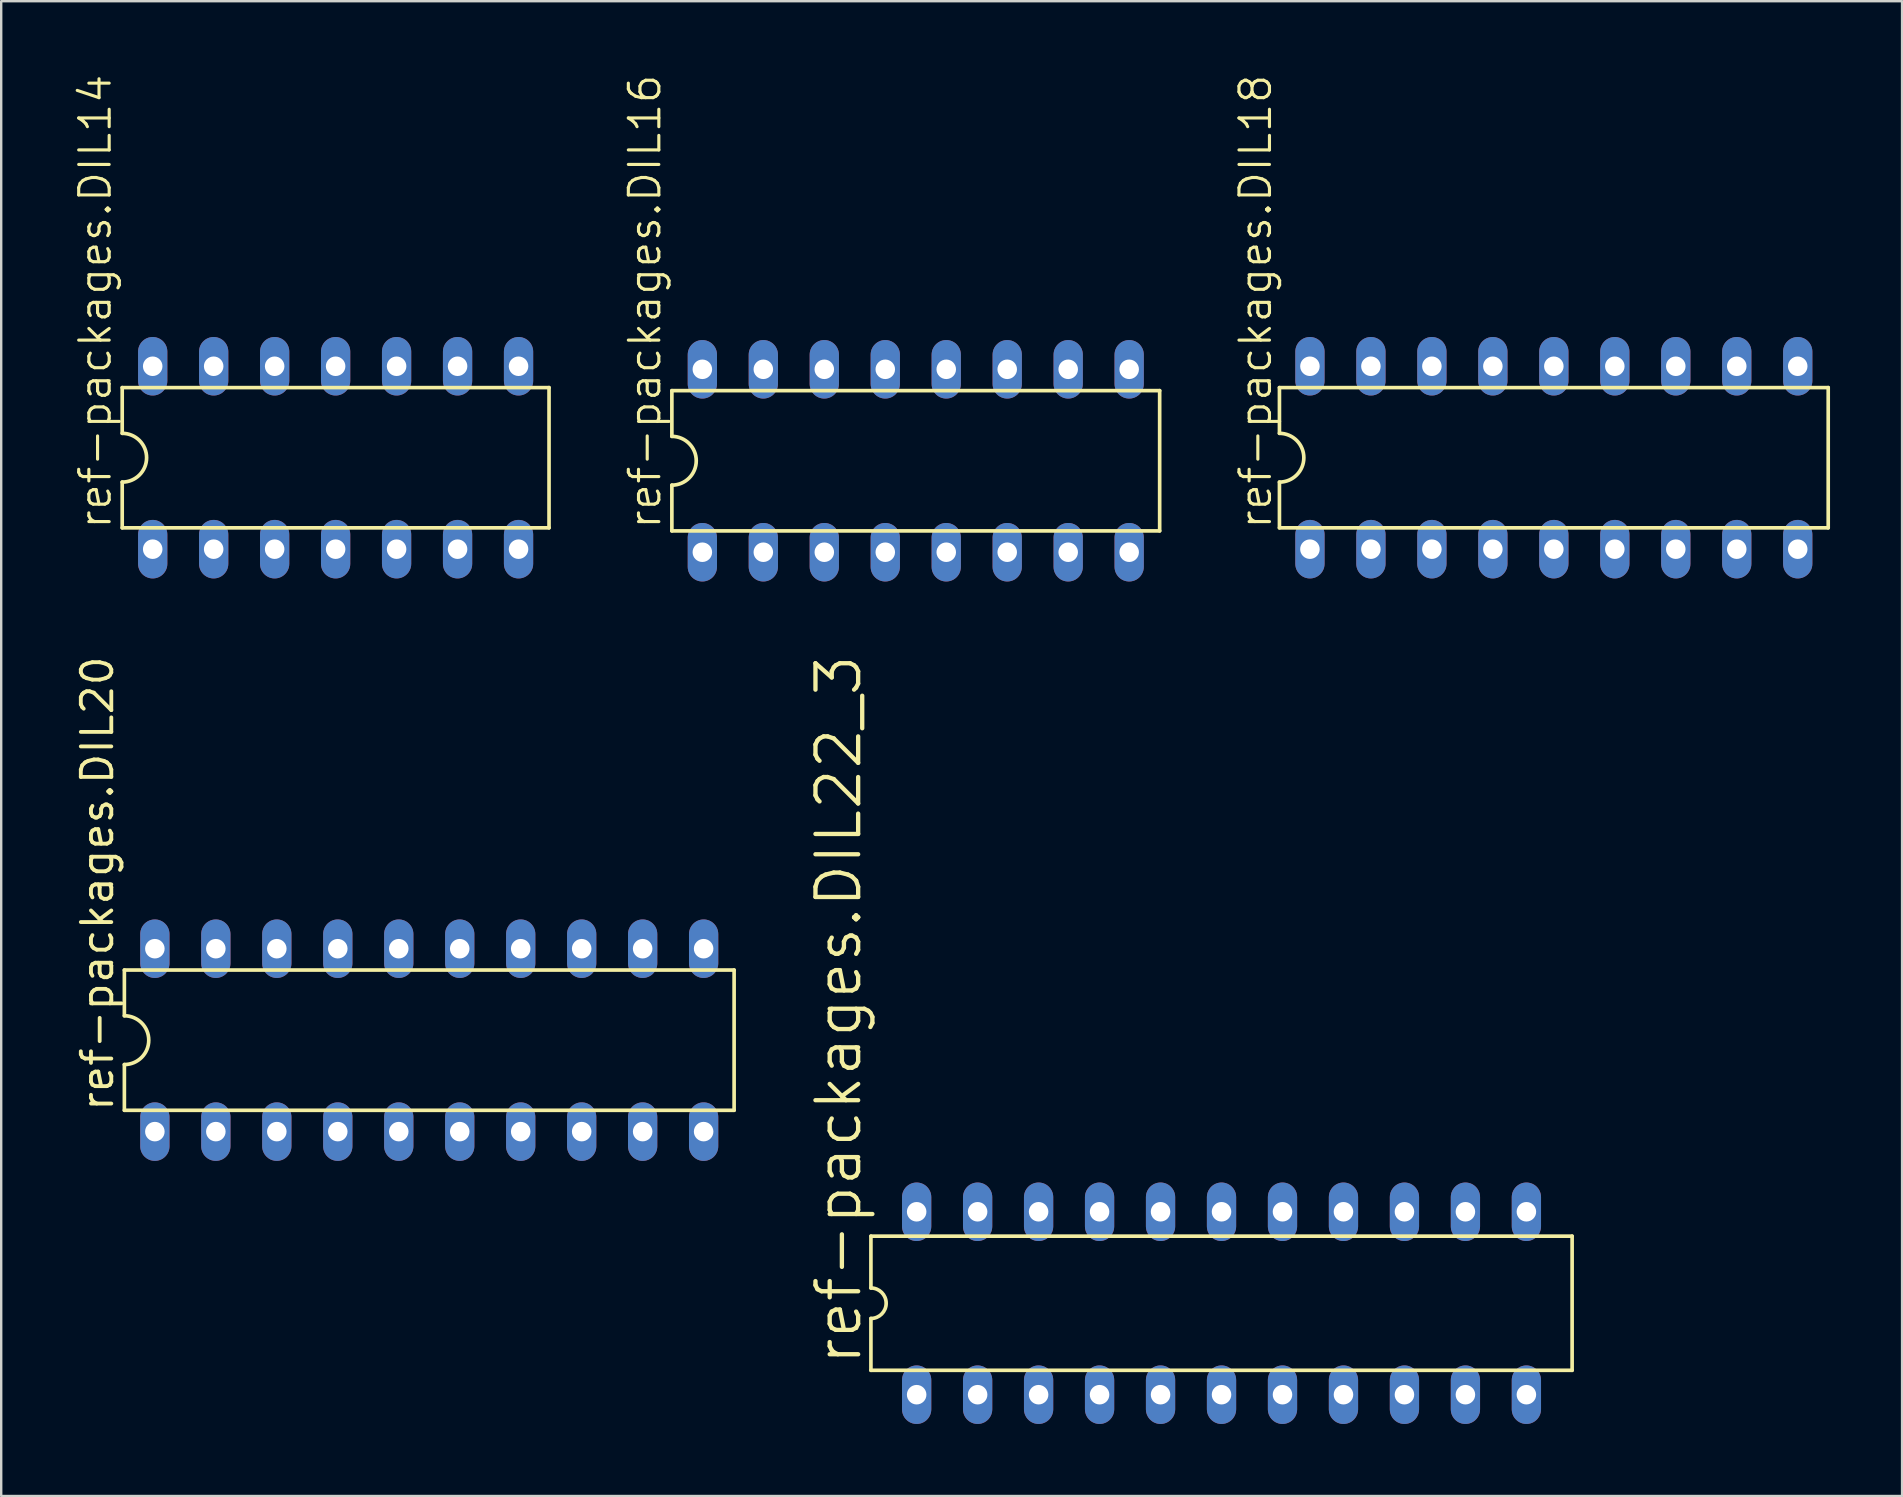
<source format=kicad_pcb>
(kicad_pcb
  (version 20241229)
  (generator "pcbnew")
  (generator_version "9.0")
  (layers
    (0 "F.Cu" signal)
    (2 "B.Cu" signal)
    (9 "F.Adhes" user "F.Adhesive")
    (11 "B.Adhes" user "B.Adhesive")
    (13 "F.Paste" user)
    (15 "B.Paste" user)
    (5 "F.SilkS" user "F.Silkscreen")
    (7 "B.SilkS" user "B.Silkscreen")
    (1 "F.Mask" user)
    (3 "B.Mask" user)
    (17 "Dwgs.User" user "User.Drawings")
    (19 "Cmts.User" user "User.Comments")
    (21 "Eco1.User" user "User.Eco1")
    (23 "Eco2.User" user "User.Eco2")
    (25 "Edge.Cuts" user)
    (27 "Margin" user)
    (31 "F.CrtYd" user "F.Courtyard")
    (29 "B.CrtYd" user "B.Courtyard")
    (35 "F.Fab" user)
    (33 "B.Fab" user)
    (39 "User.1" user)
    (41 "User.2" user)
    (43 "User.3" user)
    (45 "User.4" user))
  (footprint "ref-packages.DIL16"
    (layer "F.Cu")
    (at 35.098 16.144)
    (property "Reference" "ref-packages.DIL16" (at -10.541 2.921 90) (layer "F.SilkS") (effects (font (size 1.27 1.27) (thickness 0.13)) (justify left bottom)))
    (attr through_hole)
    (fp_line (start -10.16 -2.921) (end -10.16 -1.016) (stroke (width 0.152) (type default)) (layer "F.SilkS"))
    (fp_line (start -10.16 2.921) (end -10.16 1.016) (stroke (width 0.152) (type default)) (layer "F.SilkS"))
    (fp_line (start -10.16 2.921) (end 10.16 2.921) (stroke (width 0.152) (type default)) (layer "F.SilkS"))
    (fp_line (start 10.16 -2.921) (end -10.16 -2.921) (stroke (width 0.152) (type default)) (layer "F.SilkS"))
    (fp_line (start 10.16 -2.921) (end 10.16 2.921) (stroke (width 0.152) (type default)) (layer "F.SilkS"))
    (fp_arc (start -10.16 -1.016) (mid -9.144 0) (end -10.16 1.016) (stroke (width 0.1524) (type default)) (layer "F.SilkS"))
    (pad "1" thru_hole oval (at -8.89 3.81 90) (size 2.438 1.219) (drill 0.813) (layers "*.Cu" "*.Mask"))
    (pad "2" thru_hole oval (at -6.35 3.81 90) (size 2.438 1.219) (drill 0.813) (layers "*.Cu" "*.Mask"))
    (pad "3" thru_hole oval (at -3.81 3.81 90) (size 2.438 1.219) (drill 0.813) (layers "*.Cu" "*.Mask"))
    (pad "4" thru_hole oval (at -1.27 3.81 90) (size 2.438 1.219) (drill 0.813) (layers "*.Cu" "*.Mask"))
    (pad "5" thru_hole oval (at 1.27 3.81 90) (size 2.438 1.219) (drill 0.813) (layers "*.Cu" "*.Mask"))
    (pad "6" thru_hole oval (at 3.81 3.81 90) (size 2.438 1.219) (drill 0.813) (layers "*.Cu" "*.Mask"))
    (pad "7" thru_hole oval (at 6.35 3.81 90) (size 2.438 1.219) (drill 0.813) (layers "*.Cu" "*.Mask"))
    (pad "8" thru_hole oval (at 8.89 3.81 90) (size 2.438 1.219) (drill 0.813) (layers "*.Cu" "*.Mask"))
    (pad "9" thru_hole oval (at 8.89 -3.81 90) (size 2.438 1.219) (drill 0.813) (layers "*.Cu" "*.Mask"))
    (pad "10" thru_hole oval (at 6.35 -3.81 90) (size 2.438 1.219) (drill 0.813) (layers "*.Cu" "*.Mask"))
    (pad "11" thru_hole oval (at 3.81 -3.81 90) (size 2.438 1.219) (drill 0.813) (layers "*.Cu" "*.Mask"))
    (pad "12" thru_hole oval (at 1.27 -3.81 90) (size 2.438 1.219) (drill 0.813) (layers "*.Cu" "*.Mask"))
    (pad "13" thru_hole oval (at -1.27 -3.81 90) (size 2.438 1.219) (drill 0.813) (layers "*.Cu" "*.Mask"))
    (pad "14" thru_hole oval (at -3.81 -3.81 90) (size 2.438 1.219) (drill 0.813) (layers "*.Cu" "*.Mask"))
    (pad "15" thru_hole oval (at -6.35 -3.81 90) (size 2.438 1.219) (drill 0.813) (layers "*.Cu" "*.Mask"))
    (pad "16" thru_hole oval (at -8.89 -3.81 90) (size 2.438 1.219) (drill 0.813) (layers "*.Cu" "*.Mask")))
  (footprint "ref-packages.DIL18"
    (layer "F.Cu")
    (at 61.678 16.017)
    (property "Reference" "ref-packages.DIL18" (at -11.684 3.048 90) (layer "F.SilkS") (effects (font (size 1.27 1.27) (thickness 0.13)) (justify left bottom)))
    (attr through_hole)
    (fp_line (start -11.43 -2.921) (end -11.43 -1.016) (stroke (width 0.152) (type default)) (layer "F.SilkS"))
    (fp_line (start -11.43 2.921) (end -11.43 1.016) (stroke (width 0.152) (type default)) (layer "F.SilkS"))
    (fp_line (start -11.43 2.921) (end 11.43 2.921) (stroke (width 0.152) (type default)) (layer "F.SilkS"))
    (fp_line (start 11.43 -2.921) (end -11.43 -2.921) (stroke (width 0.152) (type default)) (layer "F.SilkS"))
    (fp_line (start 11.43 -2.921) (end 11.43 2.921) (stroke (width 0.152) (type default)) (layer "F.SilkS"))
    (fp_arc (start -11.43 -1.016) (mid -10.414 0) (end -11.43 1.016) (stroke (width 0.1524) (type default)) (layer "F.SilkS"))
    (pad "1" thru_hole oval (at -10.16 3.81 90) (size 2.438 1.219) (drill 0.813) (layers "*.Cu" "*.Mask"))
    (pad "2" thru_hole oval (at -7.62 3.81 90) (size 2.438 1.219) (drill 0.813) (layers "*.Cu" "*.Mask"))
    (pad "3" thru_hole oval (at -5.08 3.81 90) (size 2.438 1.219) (drill 0.813) (layers "*.Cu" "*.Mask"))
    (pad "4" thru_hole oval (at -2.54 3.81 90) (size 2.438 1.219) (drill 0.813) (layers "*.Cu" "*.Mask"))
    (pad "5" thru_hole oval (at 0 3.81 90) (size 2.438 1.219) (drill 0.813) (layers "*.Cu" "*.Mask"))
    (pad "6" thru_hole oval (at 2.54 3.81 90) (size 2.438 1.219) (drill 0.813) (layers "*.Cu" "*.Mask"))
    (pad "7" thru_hole oval (at 5.08 3.81 90) (size 2.438 1.219) (drill 0.813) (layers "*.Cu" "*.Mask"))
    (pad "8" thru_hole oval (at 7.62 3.81 90) (size 2.438 1.219) (drill 0.813) (layers "*.Cu" "*.Mask"))
    (pad "9" thru_hole oval (at 10.16 3.81 90) (size 2.438 1.219) (drill 0.813) (layers "*.Cu" "*.Mask"))
    (pad "10" thru_hole oval (at 10.16 -3.81 90) (size 2.438 1.219) (drill 0.813) (layers "*.Cu" "*.Mask"))
    (pad "11" thru_hole oval (at 7.62 -3.81 90) (size 2.438 1.219) (drill 0.813) (layers "*.Cu" "*.Mask"))
    (pad "12" thru_hole oval (at 5.08 -3.81 90) (size 2.438 1.219) (drill 0.813) (layers "*.Cu" "*.Mask"))
    (pad "13" thru_hole oval (at 2.54 -3.81 90) (size 2.438 1.219) (drill 0.813) (layers "*.Cu" "*.Mask"))
    (pad "14" thru_hole oval (at 0 -3.81 90) (size 2.438 1.219) (drill 0.813) (layers "*.Cu" "*.Mask"))
    (pad "15" thru_hole oval (at -2.54 -3.81 90) (size 2.438 1.219) (drill 0.813) (layers "*.Cu" "*.Mask"))
    (pad "16" thru_hole oval (at -5.08 -3.81 90) (size 2.438 1.219) (drill 0.813) (layers "*.Cu" "*.Mask"))
    (pad "17" thru_hole oval (at -7.62 -3.81 90) (size 2.438 1.219) (drill 0.813) (layers "*.Cu" "*.Mask"))
    (pad "18" thru_hole oval (at -10.16 -3.81 90) (size 2.438 1.219) (drill 0.813) (layers "*.Cu" "*.Mask")))
  (footprint "ref-packages.DIL20"
    (layer "F.Cu")
    (at 14.831 40.28)
    (property "Reference" "ref-packages.DIL20" (at -13.081 3.048 90) (layer "F.SilkS") (effects (font (size 1.27 1.27) (thickness 0.16)) (justify left bottom)))
    (attr through_hole)
    (fp_line (start -12.7 -2.921) (end -12.7 -1.016) (stroke (width 0.152) (type default)) (layer "F.SilkS"))
    (fp_line (start -12.7 2.921) (end -12.7 1.016) (stroke (width 0.152) (type default)) (layer "F.SilkS"))
    (fp_line (start -12.7 2.921) (end 12.7 2.921) (stroke (width 0.152) (type default)) (layer "F.SilkS"))
    (fp_line (start 12.7 -2.921) (end -12.7 -2.921) (stroke (width 0.152) (type default)) (layer "F.SilkS"))
    (fp_line (start 12.7 -2.921) (end 12.7 2.921) (stroke (width 0.152) (type default)) (layer "F.SilkS"))
    (fp_arc (start -12.7 -1.016) (mid -11.684 0) (end -12.7 1.016) (stroke (width 0.1524) (type default)) (layer "F.SilkS"))
    (pad "1" thru_hole oval (at -11.43 3.81 90) (size 2.438 1.219) (drill 0.813) (layers "*.Cu" "*.Mask"))
    (pad "2" thru_hole oval (at -8.89 3.81 90) (size 2.438 1.219) (drill 0.813) (layers "*.Cu" "*.Mask"))
    (pad "3" thru_hole oval (at -6.35 3.81 90) (size 2.438 1.219) (drill 0.813) (layers "*.Cu" "*.Mask"))
    (pad "4" thru_hole oval (at -3.81 3.81 90) (size 2.438 1.219) (drill 0.813) (layers "*.Cu" "*.Mask"))
    (pad "5" thru_hole oval (at -1.27 3.81 90) (size 2.438 1.219) (drill 0.813) (layers "*.Cu" "*.Mask"))
    (pad "6" thru_hole oval (at 1.27 3.81 90) (size 2.438 1.219) (drill 0.813) (layers "*.Cu" "*.Mask"))
    (pad "7" thru_hole oval (at 3.81 3.81 90) (size 2.438 1.219) (drill 0.813) (layers "*.Cu" "*.Mask"))
    (pad "8" thru_hole oval (at 6.35 3.81 90) (size 2.438 1.219) (drill 0.813) (layers "*.Cu" "*.Mask"))
    (pad "9" thru_hole oval (at 8.89 3.81 90) (size 2.438 1.219) (drill 0.813) (layers "*.Cu" "*.Mask"))
    (pad "10" thru_hole oval (at 11.43 3.81 90) (size 2.438 1.219) (drill 0.813) (layers "*.Cu" "*.Mask"))
    (pad "11" thru_hole oval (at 11.43 -3.81 90) (size 2.438 1.219) (drill 0.813) (layers "*.Cu" "*.Mask"))
    (pad "12" thru_hole oval (at 8.89 -3.81 90) (size 2.438 1.219) (drill 0.813) (layers "*.Cu" "*.Mask"))
    (pad "13" thru_hole oval (at 6.35 -3.81 90) (size 2.438 1.219) (drill 0.813) (layers "*.Cu" "*.Mask"))
    (pad "14" thru_hole oval (at 3.81 -3.81 90) (size 2.438 1.219) (drill 0.813) (layers "*.Cu" "*.Mask"))
    (pad "15" thru_hole oval (at 1.27 -3.81 90) (size 2.438 1.219) (drill 0.813) (layers "*.Cu" "*.Mask"))
    (pad "16" thru_hole oval (at -1.27 -3.81 90) (size 2.438 1.219) (drill 0.813) (layers "*.Cu" "*.Mask"))
    (pad "17" thru_hole oval (at -3.81 -3.81 90) (size 2.438 1.219) (drill 0.813) (layers "*.Cu" "*.Mask"))
    (pad "18" thru_hole oval (at -6.35 -3.81 90) (size 2.438 1.219) (drill 0.813) (layers "*.Cu" "*.Mask"))
    (pad "19" thru_hole oval (at -8.89 -3.81 90) (size 2.438 1.219) (drill 0.813) (layers "*.Cu" "*.Mask"))
    (pad "20" thru_hole oval (at -11.43 -3.81 90) (size 2.438 1.219) (drill 0.813) (layers "*.Cu" "*.Mask")))
  (footprint "ref-packages.DIL14"
    (layer "F.Cu")
    (at 10.931 16.017)
    (property "Reference" "ref-packages.DIL14" (at -9.271 3.048 90) (layer "F.SilkS") (effects (font (size 1.27 1.27) (thickness 0.13)) (justify left bottom)))
    (attr through_hole)
    (fp_line (start -8.89 -2.921) (end -8.89 -1.016) (stroke (width 0.152) (type default)) (layer "F.SilkS"))
    (fp_line (start -8.89 2.921) (end -8.89 1.016) (stroke (width 0.152) (type default)) (layer "F.SilkS"))
    (fp_line (start -8.89 2.921) (end 8.89 2.921) (stroke (width 0.152) (type default)) (layer "F.SilkS"))
    (fp_line (start 8.89 -2.921) (end -8.89 -2.921) (stroke (width 0.152) (type default)) (layer "F.SilkS"))
    (fp_line (start 8.89 -2.921) (end 8.89 2.921) (stroke (width 0.152) (type default)) (layer "F.SilkS"))
    (fp_arc (start -8.89 -1.016) (mid -7.874 0) (end -8.89 1.016) (stroke (width 0.1524) (type default)) (layer "F.SilkS"))
    (pad "1" thru_hole oval (at -7.62 3.81 90) (size 2.438 1.219) (drill 0.813) (layers "*.Cu" "*.Mask"))
    (pad "2" thru_hole oval (at -5.08 3.81 90) (size 2.438 1.219) (drill 0.813) (layers "*.Cu" "*.Mask"))
    (pad "3" thru_hole oval (at -2.54 3.81 90) (size 2.438 1.219) (drill 0.813) (layers "*.Cu" "*.Mask"))
    (pad "4" thru_hole oval (at 0 3.81 90) (size 2.438 1.219) (drill 0.813) (layers "*.Cu" "*.Mask"))
    (pad "5" thru_hole oval (at 2.54 3.81 90) (size 2.438 1.219) (drill 0.813) (layers "*.Cu" "*.Mask"))
    (pad "6" thru_hole oval (at 5.08 3.81 90) (size 2.438 1.219) (drill 0.813) (layers "*.Cu" "*.Mask"))
    (pad "7" thru_hole oval (at 7.62 3.81 90) (size 2.438 1.219) (drill 0.813) (layers "*.Cu" "*.Mask"))
    (pad "8" thru_hole oval (at 7.62 -3.81 90) (size 2.438 1.219) (drill 0.813) (layers "*.Cu" "*.Mask"))
    (pad "9" thru_hole oval (at 5.08 -3.81 90) (size 2.438 1.219) (drill 0.813) (layers "*.Cu" "*.Mask"))
    (pad "10" thru_hole oval (at 2.54 -3.81 90) (size 2.438 1.219) (drill 0.813) (layers "*.Cu" "*.Mask"))
    (pad "11" thru_hole oval (at 0 -3.81 90) (size 2.438 1.219) (drill 0.813) (layers "*.Cu" "*.Mask"))
    (pad "12" thru_hole oval (at -2.54 -3.81 90) (size 2.438 1.219) (drill 0.813) (layers "*.Cu" "*.Mask"))
    (pad "13" thru_hole oval (at -5.08 -3.81 90) (size 2.438 1.219) (drill 0.813) (layers "*.Cu" "*.Mask"))
    (pad "14" thru_hole oval (at -7.62 -3.81 90) (size 2.438 1.219) (drill 0.813) (layers "*.Cu" "*.Mask")))
  (footprint "ref-packages.DIL22_3"
    (layer "F.Cu")
    (at 47.835 51.239)
    (property "Reference" "ref-packages.DIL22_3" (at -14.91 2.667 90) (layer "F.SilkS") (effects (font (size 1.778 1.778) (thickness 0.18)) (justify left bottom)))
    (attr through_hole)
    (fp_line (start -14.605 -2.794) (end -14.605 -0.635) (stroke (width 0.152) (type default)) (layer "F.SilkS"))
    (fp_line (start -14.605 -2.794) (end 14.605 -2.794) (stroke (width 0.152) (type default)) (layer "F.SilkS"))
    (fp_line (start -14.605 0.635) (end -14.605 2.794) (stroke (width 0.152) (type default)) (layer "F.SilkS"))
    (fp_line (start -14.605 2.794) (end 14.605 2.794) (stroke (width 0.152) (type default)) (layer "F.SilkS"))
    (fp_line (start 14.605 2.794) (end 14.605 -2.794) (stroke (width 0.152) (type default)) (layer "F.SilkS"))
    (fp_arc (start -14.605 -0.635) (mid -13.97 0) (end -14.605 0.635) (stroke (width 0.1524) (type default)) (layer "F.SilkS"))
    (pad "1" thru_hole oval (at -12.7 3.81 90) (size 2.438 1.219) (drill 0.813) (layers "*.Cu" "*.Mask"))
    (pad "2" thru_hole oval (at -10.16 3.81 90) (size 2.438 1.219) (drill 0.813) (layers "*.Cu" "*.Mask"))
    (pad "3" thru_hole oval (at -7.62 3.81 90) (size 2.438 1.219) (drill 0.813) (layers "*.Cu" "*.Mask"))
    (pad "4" thru_hole oval (at -5.08 3.81 90) (size 2.438 1.219) (drill 0.813) (layers "*.Cu" "*.Mask"))
    (pad "5" thru_hole oval (at -2.54 3.81 90) (size 2.438 1.219) (drill 0.813) (layers "*.Cu" "*.Mask"))
    (pad "6" thru_hole oval (at 0 3.81 90) (size 2.438 1.219) (drill 0.813) (layers "*.Cu" "*.Mask"))
    (pad "7" thru_hole oval (at 2.54 3.81 90) (size 2.438 1.219) (drill 0.813) (layers "*.Cu" "*.Mask"))
    (pad "8" thru_hole oval (at 5.08 3.81 90) (size 2.438 1.219) (drill 0.813) (layers "*.Cu" "*.Mask"))
    (pad "9" thru_hole oval (at 7.62 3.81 90) (size 2.438 1.219) (drill 0.813) (layers "*.Cu" "*.Mask"))
    (pad "10" thru_hole oval (at 10.16 3.81 90) (size 2.438 1.219) (drill 0.813) (layers "*.Cu" "*.Mask"))
    (pad "11" thru_hole oval (at 12.7 3.81 90) (size 2.438 1.219) (drill 0.813) (layers "*.Cu" "*.Mask"))
    (pad "12" thru_hole oval (at 12.7 -3.81 90) (size 2.438 1.219) (drill 0.813) (layers "*.Cu" "*.Mask"))
    (pad "13" thru_hole oval (at 10.16 -3.81 90) (size 2.438 1.219) (drill 0.813) (layers "*.Cu" "*.Mask"))
    (pad "14" thru_hole oval (at 7.62 -3.81 90) (size 2.438 1.219) (drill 0.813) (layers "*.Cu" "*.Mask"))
    (pad "15" thru_hole oval (at 5.08 -3.81 90) (size 2.438 1.219) (drill 0.813) (layers "*.Cu" "*.Mask"))
    (pad "16" thru_hole oval (at 2.54 -3.81 90) (size 2.438 1.219) (drill 0.813) (layers "*.Cu" "*.Mask"))
    (pad "17" thru_hole oval (at 0 -3.81 90) (size 2.438 1.219) (drill 0.813) (layers "*.Cu" "*.Mask"))
    (pad "18" thru_hole oval (at -2.54 -3.81 90) (size 2.438 1.219) (drill 0.813) (layers "*.Cu" "*.Mask"))
    (pad "19" thru_hole oval (at -5.08 -3.81 90) (size 2.438 1.219) (drill 0.813) (layers "*.Cu" "*.Mask"))
    (pad "20" thru_hole oval (at -7.62 -3.81 90) (size 2.438 1.219) (drill 0.813) (layers "*.Cu" "*.Mask"))
    (pad "21" thru_hole oval (at -10.16 -3.81 90) (size 2.438 1.219) (drill 0.813) (layers "*.Cu" "*.Mask"))
    (pad "22" thru_hole oval (at -12.7 -3.81 90) (size 2.438 1.219) (drill 0.813) (layers "*.Cu" "*.Mask")))
  (gr_rect
    (start -3 -3)
    (end 76.185 59.269)
    (stroke (width 0.1) (type default))
    (fill no)
    (layer "Edge.Cuts")))
</source>
